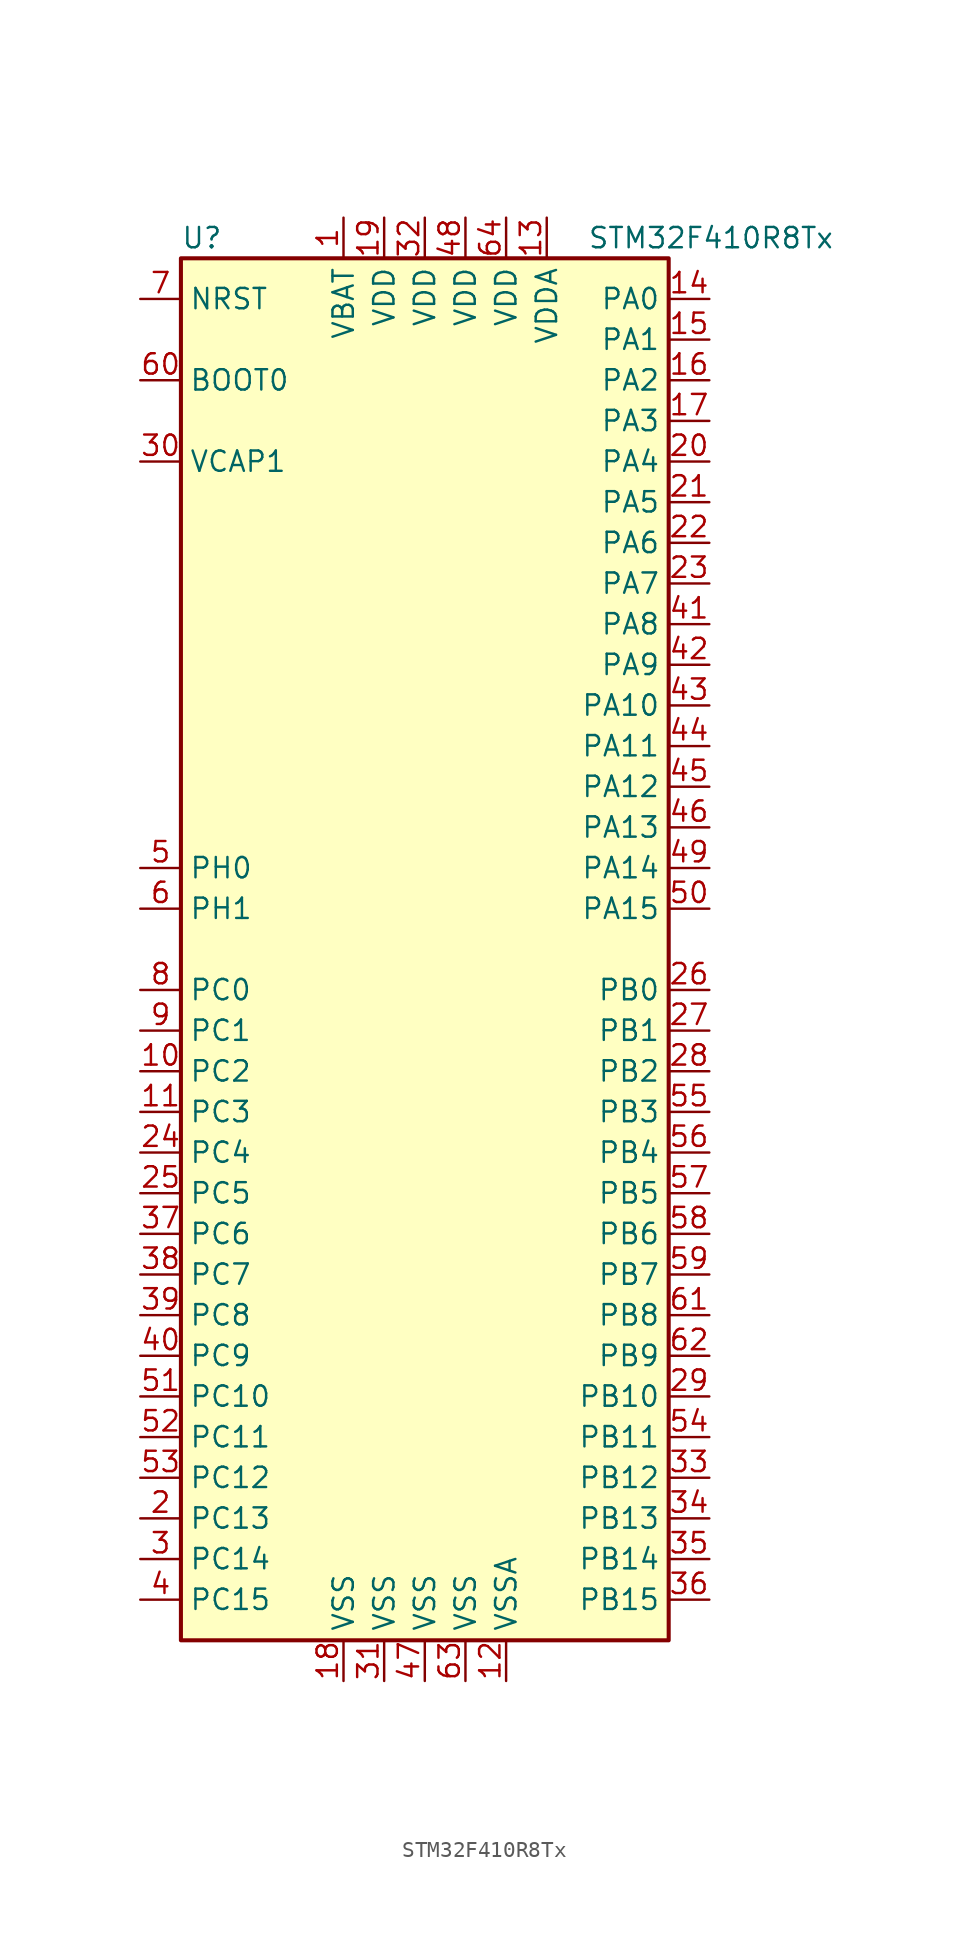
<source format=kicad_sym>
(kicad_symbol_lib
  (version 20201005)
  (generator kicad_symbol_editor)
  (symbol "STM32F410R8Tx"
    (property "Reference" "U"
      (at -15.24 44.45 0)
      (effects (font (size 1.27 1.27)) (justify left)))
    (property "Value" "STM32F410R8Tx"
      (at 10.16 44.45 0)
      (effects (font (size 1.27 1.27)) (justify left)))
    (symbol "STM32F410R8Tx_0_1"
      (rectangle (start -15.24 -43.18) (end 15.24 43.18) (stroke (width 0.254)) (fill (type background))))
    (symbol "STM32F410R8Tx_1_1"
      (pin input line (at -17.78 35.56 0) (length 2.54) (name "BOOT0" (effects (font (size 1.27 1.27)))) (number "60" (effects (font (size 1.27 1.27)))))
      (pin input line (at -17.78 40.64 0) (length 2.54) (name "NRST" (effects (font (size 1.27 1.27)))) (number "7" (effects (font (size 1.27 1.27)))))
      (pin bidirectional line (at 17.78 40.64 180) (length 2.54) (name "PA0" (effects (font (size 1.27 1.27)))) (number "14" (effects (font (size 1.27 1.27)))))
      (pin bidirectional line (at 17.78 38.1 180) (length 2.54) (name "PA1" (effects (font (size 1.27 1.27)))) (number "15" (effects (font (size 1.27 1.27)))))
      (pin bidirectional line (at 17.78 15.24 180) (length 2.54) (name "PA10" (effects (font (size 1.27 1.27)))) (number "43" (effects (font (size 1.27 1.27)))))
      (pin bidirectional line (at 17.78 12.7 180) (length 2.54) (name "PA11" (effects (font (size 1.27 1.27)))) (number "44" (effects (font (size 1.27 1.27)))))
      (pin bidirectional line (at 17.78 10.16 180) (length 2.54) (name "PA12" (effects (font (size 1.27 1.27)))) (number "45" (effects (font (size 1.27 1.27)))))
      (pin bidirectional line (at 17.78 7.62 180) (length 2.54) (name "PA13" (effects (font (size 1.27 1.27)))) (number "46" (effects (font (size 1.27 1.27)))))
      (pin bidirectional line (at 17.78 5.08 180) (length 2.54) (name "PA14" (effects (font (size 1.27 1.27)))) (number "49" (effects (font (size 1.27 1.27)))))
      (pin bidirectional line (at 17.78 2.54 180) (length 2.54) (name "PA15" (effects (font (size 1.27 1.27)))) (number "50" (effects (font (size 1.27 1.27)))))
      (pin bidirectional line (at 17.78 35.56 180) (length 2.54) (name "PA2" (effects (font (size 1.27 1.27)))) (number "16" (effects (font (size 1.27 1.27)))))
      (pin bidirectional line (at 17.78 33.02 180) (length 2.54) (name "PA3" (effects (font (size 1.27 1.27)))) (number "17" (effects (font (size 1.27 1.27)))))
      (pin bidirectional line (at 17.78 30.48 180) (length 2.54) (name "PA4" (effects (font (size 1.27 1.27)))) (number "20" (effects (font (size 1.27 1.27)))))
      (pin bidirectional line (at 17.78 27.94 180) (length 2.54) (name "PA5" (effects (font (size 1.27 1.27)))) (number "21" (effects (font (size 1.27 1.27)))))
      (pin bidirectional line (at 17.78 25.4 180) (length 2.54) (name "PA6" (effects (font (size 1.27 1.27)))) (number "22" (effects (font (size 1.27 1.27)))))
      (pin bidirectional line (at 17.78 22.86 180) (length 2.54) (name "PA7" (effects (font (size 1.27 1.27)))) (number "23" (effects (font (size 1.27 1.27)))))
      (pin bidirectional line (at 17.78 20.32 180) (length 2.54) (name "PA8" (effects (font (size 1.27 1.27)))) (number "41" (effects (font (size 1.27 1.27)))))
      (pin bidirectional line (at 17.78 17.78 180) (length 2.54) (name "PA9" (effects (font (size 1.27 1.27)))) (number "42" (effects (font (size 1.27 1.27)))))
      (pin bidirectional line (at 17.78 -2.54 180) (length 2.54) (name "PB0" (effects (font (size 1.27 1.27)))) (number "26" (effects (font (size 1.27 1.27)))))
      (pin bidirectional line (at 17.78 -5.08 180) (length 2.54) (name "PB1" (effects (font (size 1.27 1.27)))) (number "27" (effects (font (size 1.27 1.27)))))
      (pin bidirectional line (at 17.78 -27.94 180) (length 2.54) (name "PB10" (effects (font (size 1.27 1.27)))) (number "29" (effects (font (size 1.27 1.27)))))
      (pin bidirectional line (at 17.78 -30.48 180) (length 2.54) (name "PB11" (effects (font (size 1.27 1.27)))) (number "54" (effects (font (size 1.27 1.27)))))
      (pin bidirectional line (at 17.78 -33.02 180) (length 2.54) (name "PB12" (effects (font (size 1.27 1.27)))) (number "33" (effects (font (size 1.27 1.27)))))
      (pin bidirectional line (at 17.78 -35.56 180) (length 2.54) (name "PB13" (effects (font (size 1.27 1.27)))) (number "34" (effects (font (size 1.27 1.27)))))
      (pin bidirectional line (at 17.78 -38.1 180) (length 2.54) (name "PB14" (effects (font (size 1.27 1.27)))) (number "35" (effects (font (size 1.27 1.27)))))
      (pin bidirectional line (at 17.78 -40.64 180) (length 2.54) (name "PB15" (effects (font (size 1.27 1.27)))) (number "36" (effects (font (size 1.27 1.27)))))
      (pin bidirectional line (at 17.78 -7.62 180) (length 2.54) (name "PB2" (effects (font (size 1.27 1.27)))) (number "28" (effects (font (size 1.27 1.27)))))
      (pin bidirectional line (at 17.78 -10.16 180) (length 2.54) (name "PB3" (effects (font (size 1.27 1.27)))) (number "55" (effects (font (size 1.27 1.27)))))
      (pin bidirectional line (at 17.78 -12.7 180) (length 2.54) (name "PB4" (effects (font (size 1.27 1.27)))) (number "56" (effects (font (size 1.27 1.27)))))
      (pin bidirectional line (at 17.78 -15.24 180) (length 2.54) (name "PB5" (effects (font (size 1.27 1.27)))) (number "57" (effects (font (size 1.27 1.27)))))
      (pin bidirectional line (at 17.78 -17.78 180) (length 2.54) (name "PB6" (effects (font (size 1.27 1.27)))) (number "58" (effects (font (size 1.27 1.27)))))
      (pin bidirectional line (at 17.78 -20.32 180) (length 2.54) (name "PB7" (effects (font (size 1.27 1.27)))) (number "59" (effects (font (size 1.27 1.27)))))
      (pin bidirectional line (at 17.78 -22.86 180) (length 2.54) (name "PB8" (effects (font (size 1.27 1.27)))) (number "61" (effects (font (size 1.27 1.27)))))
      (pin bidirectional line (at 17.78 -25.4 180) (length 2.54) (name "PB9" (effects (font (size 1.27 1.27)))) (number "62" (effects (font (size 1.27 1.27)))))
      (pin bidirectional line (at -17.78 -2.54 0) (length 2.54) (name "PC0" (effects (font (size 1.27 1.27)))) (number "8" (effects (font (size 1.27 1.27)))))
      (pin bidirectional line (at -17.78 -5.08 0) (length 2.54) (name "PC1" (effects (font (size 1.27 1.27)))) (number "9" (effects (font (size 1.27 1.27)))))
      (pin bidirectional line (at -17.78 -27.94 0) (length 2.54) (name "PC10" (effects (font (size 1.27 1.27)))) (number "51" (effects (font (size 1.27 1.27)))))
      (pin bidirectional line (at -17.78 -30.48 0) (length 2.54) (name "PC11" (effects (font (size 1.27 1.27)))) (number "52" (effects (font (size 1.27 1.27)))))
      (pin bidirectional line (at -17.78 -33.02 0) (length 2.54) (name "PC12" (effects (font (size 1.27 1.27)))) (number "53" (effects (font (size 1.27 1.27)))))
      (pin bidirectional line (at -17.78 -35.56 0) (length 2.54) (name "PC13" (effects (font (size 1.27 1.27)))) (number "2" (effects (font (size 1.27 1.27)))))
      (pin bidirectional line (at -17.78 -38.1 0) (length 2.54) (name "PC14" (effects (font (size 1.27 1.27)))) (number "3" (effects (font (size 1.27 1.27)))))
      (pin bidirectional line (at -17.78 -40.64 0) (length 2.54) (name "PC15" (effects (font (size 1.27 1.27)))) (number "4" (effects (font (size 1.27 1.27)))))
      (pin bidirectional line (at -17.78 -7.62 0) (length 2.54) (name "PC2" (effects (font (size 1.27 1.27)))) (number "10" (effects (font (size 1.27 1.27)))))
      (pin bidirectional line (at -17.78 -10.16 0) (length 2.54) (name "PC3" (effects (font (size 1.27 1.27)))) (number "11" (effects (font (size 1.27 1.27)))))
      (pin bidirectional line (at -17.78 -12.7 0) (length 2.54) (name "PC4" (effects (font (size 1.27 1.27)))) (number "24" (effects (font (size 1.27 1.27)))))
      (pin bidirectional line (at -17.78 -15.24 0) (length 2.54) (name "PC5" (effects (font (size 1.27 1.27)))) (number "25" (effects (font (size 1.27 1.27)))))
      (pin bidirectional line (at -17.78 -17.78 0) (length 2.54) (name "PC6" (effects (font (size 1.27 1.27)))) (number "37" (effects (font (size 1.27 1.27)))))
      (pin bidirectional line (at -17.78 -20.32 0) (length 2.54) (name "PC7" (effects (font (size 1.27 1.27)))) (number "38" (effects (font (size 1.27 1.27)))))
      (pin bidirectional line (at -17.78 -22.86 0) (length 2.54) (name "PC8" (effects (font (size 1.27 1.27)))) (number "39" (effects (font (size 1.27 1.27)))))
      (pin bidirectional line (at -17.78 -25.4 0) (length 2.54) (name "PC9" (effects (font (size 1.27 1.27)))) (number "40" (effects (font (size 1.27 1.27)))))
      (pin input line (at -17.78 5.08 0) (length 2.54) (name "PH0" (effects (font (size 1.27 1.27)))) (number "5" (effects (font (size 1.27 1.27)))))
      (pin input line (at -17.78 2.54 0) (length 2.54) (name "PH1" (effects (font (size 1.27 1.27)))) (number "6" (effects (font (size 1.27 1.27)))))
      (pin power_in line (at -5.08 45.72 270) (length 2.54) (name "VBAT" (effects (font (size 1.27 1.27)))) (number "1" (effects (font (size 1.27 1.27)))))
      (pin power_in line (at -17.78 30.48 0) (length 2.54) (name "VCAP1" (effects (font (size 1.27 1.27)))) (number "30" (effects (font (size 1.27 1.27)))))
      (pin power_in line (at -2.54 45.72 270) (length 2.54) (name "VDD" (effects (font (size 1.27 1.27)))) (number "19" (effects (font (size 1.27 1.27)))))
      (pin power_in line (at 0 45.72 270) (length 2.54) (name "VDD" (effects (font (size 1.27 1.27)))) (number "32" (effects (font (size 1.27 1.27)))))
      (pin power_in line (at 2.54 45.72 270) (length 2.54) (name "VDD" (effects (font (size 1.27 1.27)))) (number "48" (effects (font (size 1.27 1.27)))))
      (pin power_in line (at 5.08 45.72 270) (length 2.54) (name "VDD" (effects (font (size 1.27 1.27)))) (number "64" (effects (font (size 1.27 1.27)))))
      (pin power_in line (at 7.62 45.72 270) (length 2.54) (name "VDDA" (effects (font (size 1.27 1.27)))) (number "13" (effects (font (size 1.27 1.27)))))
      (pin power_in line (at -5.08 -45.72 90) (length 2.54) (name "VSS" (effects (font (size 1.27 1.27)))) (number "18" (effects (font (size 1.27 1.27)))))
      (pin power_in line (at -2.54 -45.72 90) (length 2.54) (name "VSS" (effects (font (size 1.27 1.27)))) (number "31" (effects (font (size 1.27 1.27)))))
      (pin power_in line (at 0 -45.72 90) (length 2.54) (name "VSS" (effects (font (size 1.27 1.27)))) (number "47" (effects (font (size 1.27 1.27)))))
      (pin power_in line (at 2.54 -45.72 90) (length 2.54) (name "VSS" (effects (font (size 1.27 1.27)))) (number "63" (effects (font (size 1.27 1.27)))))
      (pin power_in line (at 5.08 -45.72 90) (length 2.54) (name "VSSA" (effects (font (size 1.27 1.27)))) (number "12" (effects (font (size 1.27 1.27))))))))
</source>
